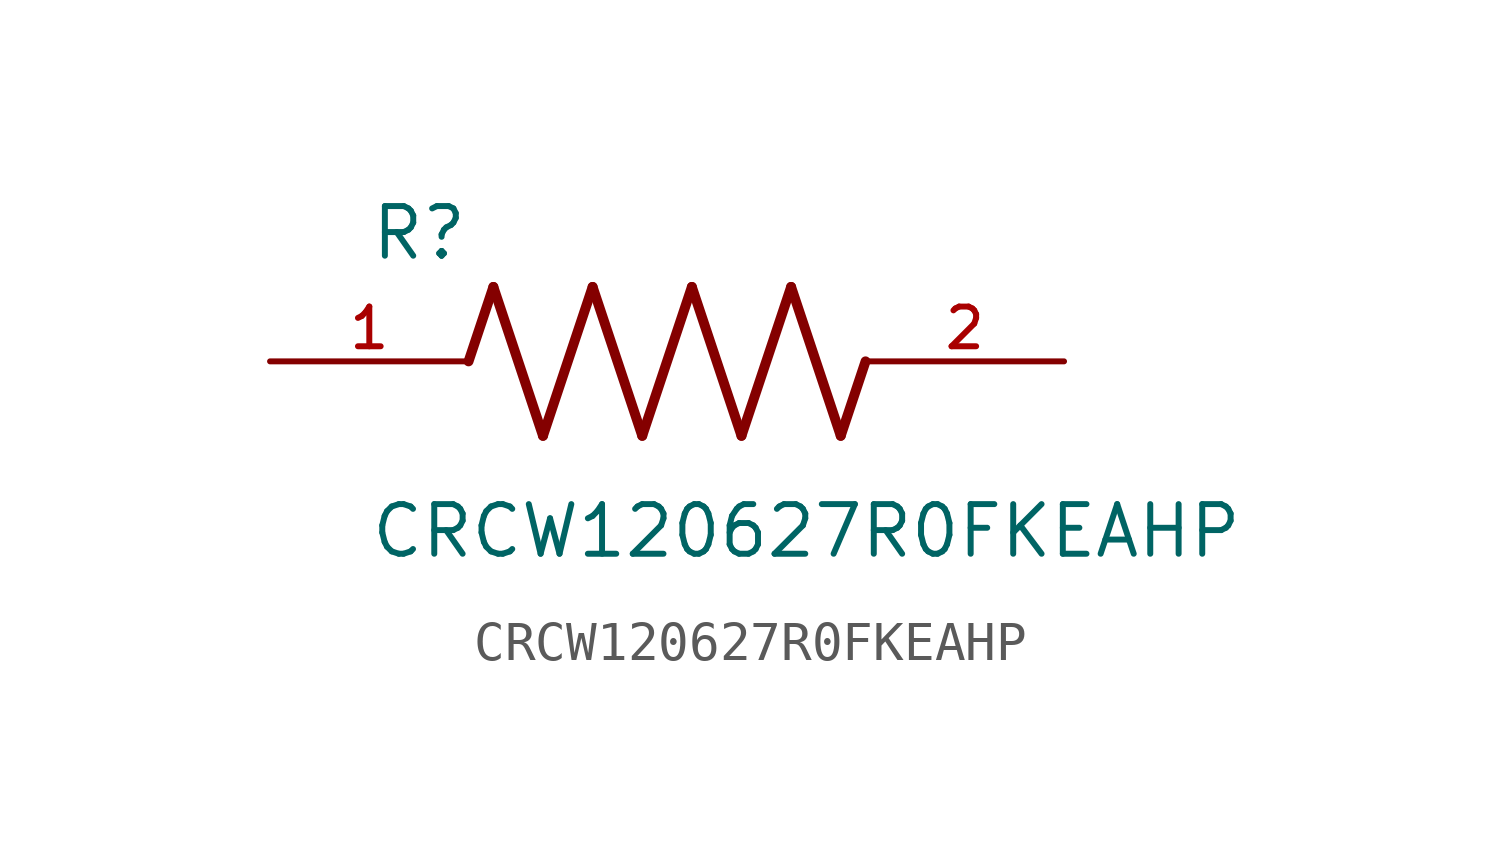
<source format=kicad_sym>
(kicad_symbol_lib
  (version 20211014)
  (generator kicad_symbol_editor)
  (symbol "CRCW120627R0FKEAHP"
    (pin_names
      (offset 1.016))
    (property "Reference" "R"
      (at -7.624 2.541 0)
      (effects (font (size 1.27 1.27)) (justify bottom left)))
    (property "Value" "CRCW120627R0FKEAHP"
      (at -7.63 -5.087 0)
      (effects (font (size 1.27 1.27)) (justify bottom left)))
    (symbol "CRCW120627R0FKEAHP_0_0"
      (polyline (pts (xy -5.08 0.0) (xy -4.445 1.905)) (stroke (width 0.254)))
      (polyline (pts (xy -4.445 1.905) (xy -3.175 -1.905)) (stroke (width 0.254)))
      (polyline (pts (xy -3.175 -1.905) (xy -1.905 1.905)) (stroke (width 0.254)))
      (polyline (pts (xy -1.905 1.905) (xy -0.635 -1.905)) (stroke (width 0.254)))
      (polyline (pts (xy -0.635 -1.905) (xy 0.635 1.905)) (stroke (width 0.254)))
      (polyline (pts (xy 0.635 1.905) (xy 1.905 -1.905)) (stroke (width 0.254)))
      (polyline (pts (xy 1.905 -1.905) (xy 3.175 1.905)) (stroke (width 0.254)))
      (polyline (pts (xy 3.175 1.905) (xy 4.445 -1.905)) (stroke (width 0.254)))
      (polyline (pts (xy 4.445 -1.905) (xy 5.08 0.0)) (stroke (width 0.254)))
      (pin passive line (at -10.16 0.0 0) (length 5.08) (name "~" (effects (font (size 1.016 1.016)))) (number "1" (effects (font (size 1.016 1.016)))))
      (pin passive line (at 10.16 0.0 180.0) (length 5.08) (name "~" (effects (font (size 1.016 1.016)))) (number "2" (effects (font (size 1.016 1.016))))))))
</source>
